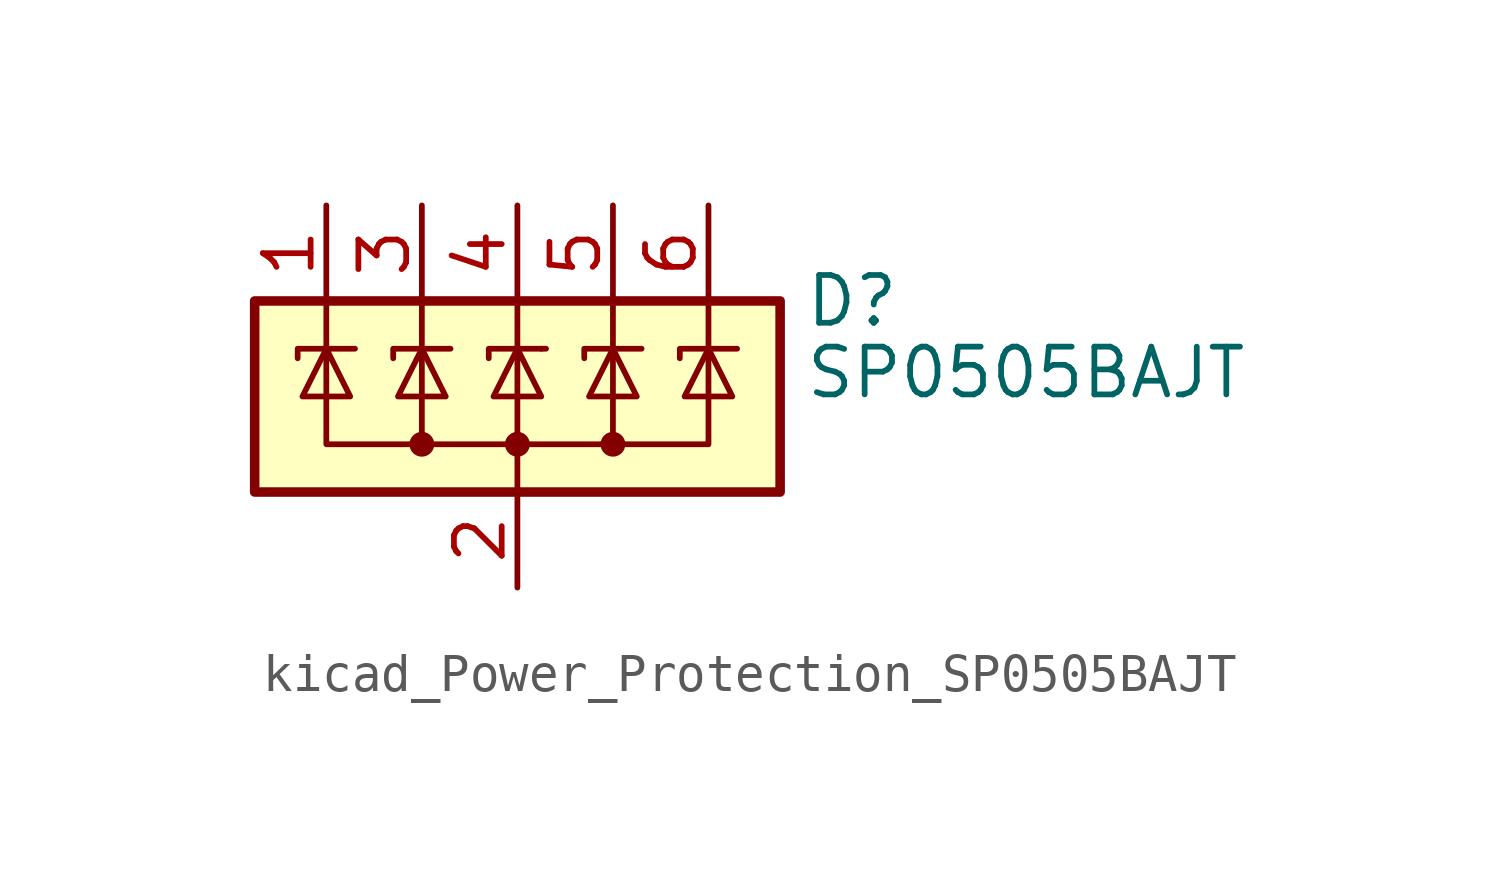
<source format=kicad_sym>
(kicad_symbol_lib
  (version 20220914)
  (generator kicad_symbol_editor)
  (symbol "kicad_Power_Protection_SP0505BAJT"
    (pin_names hide)
    (property "Reference" "D"
      (at 7.62 2.54 0)
      (effects (font (size 1.27 1.27)) (justify left)))
    (property "Value" "SP0505BAJT"
      (at 7.62 0.635 0)
      (effects (font (size 1.27 1.27)) (justify left)))
    (symbol "kicad_Power_Protection_SP0505BAJT_0_0"
      (pin passive line (at 0 -5.08 90) (length 2.54) (name "A" (effects (font (size 1.27 1.27)))) (number "2" (effects (font (size 1.27 1.27))))))
    (symbol "kicad_Power_Protection_SP0505BAJT_0_1"
      (rectangle (start -6.985 2.54) (end 6.985 -2.54) (stroke (width 0.254) (type default)) (fill (type background)))
      (circle (center -2.54 -1.27) (radius 0.254) (stroke (width 0) (type default)) (fill (type outline)))
      (circle (center 0 -1.27) (radius 0.254) (stroke (width 0) (type default)) (fill (type outline)))
      (polyline (pts (xy -5.08 2.54) (xy -5.08 1.27)) (stroke (width 0) (type default)) (fill (type none)))
      (polyline (pts (xy -2.54 2.54) (xy -2.54 1.27)) (stroke (width 0) (type default)) (fill (type none)))
      (polyline (pts (xy 0 -1.27) (xy 0 -2.54)) (stroke (width 0) (type default)) (fill (type none)))
      (polyline (pts (xy 0 -1.27) (xy 0 1.27)) (stroke (width 0) (type default)) (fill (type none)))
      (polyline (pts (xy 0 2.54) (xy 0 1.27)) (stroke (width 0) (type default)) (fill (type none)))
      (polyline (pts (xy 0.635 1.27) (xy 0.762 1.27)) (stroke (width 0) (type default)) (fill (type none)))
      (polyline (pts (xy 2.54 2.54) (xy 2.54 1.27)) (stroke (width 0) (type default)) (fill (type none)))
      (polyline (pts (xy 5.08 2.54) (xy 5.08 1.27)) (stroke (width 0) (type default)) (fill (type none)))
      (polyline (pts (xy -5.08 1.27) (xy -5.08 -1.27) (xy -2.54 -1.27)) (stroke (width 0) (type default)) (fill (type none)))
      (polyline (pts (xy 0.635 1.27) (xy -0.762 1.27) (xy -0.762 1.016)) (stroke (width 0) (type default)) (fill (type none)))
      (polyline (pts (xy 5.08 1.27) (xy 5.08 -1.27) (xy 2.54 -1.27)) (stroke (width 0) (type default)) (fill (type none)))
      (polyline (pts (xy -5.842 1.016) (xy -5.842 1.27) (xy -4.445 1.27) (xy -4.318 1.27)) (stroke (width 0) (type default)) (fill (type none)))
      (polyline (pts (xy -5.08 1.27) (xy -4.445 0) (xy -5.715 0) (xy -5.08 1.27)) (stroke (width 0) (type default)) (fill (type none)))
      (polyline (pts (xy -3.302 1.016) (xy -3.302 1.27) (xy -1.905 1.27) (xy -1.778 1.27)) (stroke (width 0) (type default)) (fill (type none)))
      (polyline (pts (xy -2.54 1.27) (xy -2.54 -1.27) (xy 2.54 -1.27) (xy 2.54 1.27)) (stroke (width 0) (type default)) (fill (type none)))
      (polyline (pts (xy -2.54 1.27) (xy -1.905 0) (xy -3.175 0) (xy -2.54 1.27)) (stroke (width 0) (type default)) (fill (type none)))
      (polyline (pts (xy 0.635 0) (xy -0.635 0) (xy 0 1.27) (xy 0.635 0)) (stroke (width 0) (type default)) (fill (type none)))
      (polyline (pts (xy 1.778 1.016) (xy 1.778 1.27) (xy 3.175 1.27) (xy 3.302 1.27)) (stroke (width 0) (type default)) (fill (type none)))
      (polyline (pts (xy 2.54 1.27) (xy 1.905 0) (xy 3.175 0) (xy 2.54 1.27)) (stroke (width 0) (type default)) (fill (type none)))
      (polyline (pts (xy 4.318 1.016) (xy 4.318 1.27) (xy 5.715 1.27) (xy 5.842 1.27)) (stroke (width 0) (type default)) (fill (type none)))
      (polyline (pts (xy 5.08 1.27) (xy 4.445 0) (xy 5.715 0) (xy 5.08 1.27)) (stroke (width 0) (type default)) (fill (type none)))
      (circle (center 2.54 -1.27) (radius 0.254) (stroke (width 0) (type default)) (fill (type outline))))
    (symbol "kicad_Power_Protection_SP0505BAJT_1_1"
      (pin passive line (at -5.08 5.08 270) (length 2.54) (name "K" (effects (font (size 1.27 1.27)))) (number "1" (effects (font (size 1.27 1.27)))))
      (pin passive line (at -2.54 5.08 270) (length 2.54) (name "K" (effects (font (size 1.27 1.27)))) (number "3" (effects (font (size 1.27 1.27)))))
      (pin passive line (at 0 5.08 270) (length 2.54) (name "K" (effects (font (size 1.27 1.27)))) (number "4" (effects (font (size 1.27 1.27)))))
      (pin passive line (at 2.54 5.08 270) (length 2.54) (name "K" (effects (font (size 1.27 1.27)))) (number "5" (effects (font (size 1.27 1.27)))))
      (pin passive line (at 5.08 5.08 270) (length 2.54) (name "K" (effects (font (size 1.27 1.27)))) (number "6" (effects (font (size 1.27 1.27))))))))
</source>
